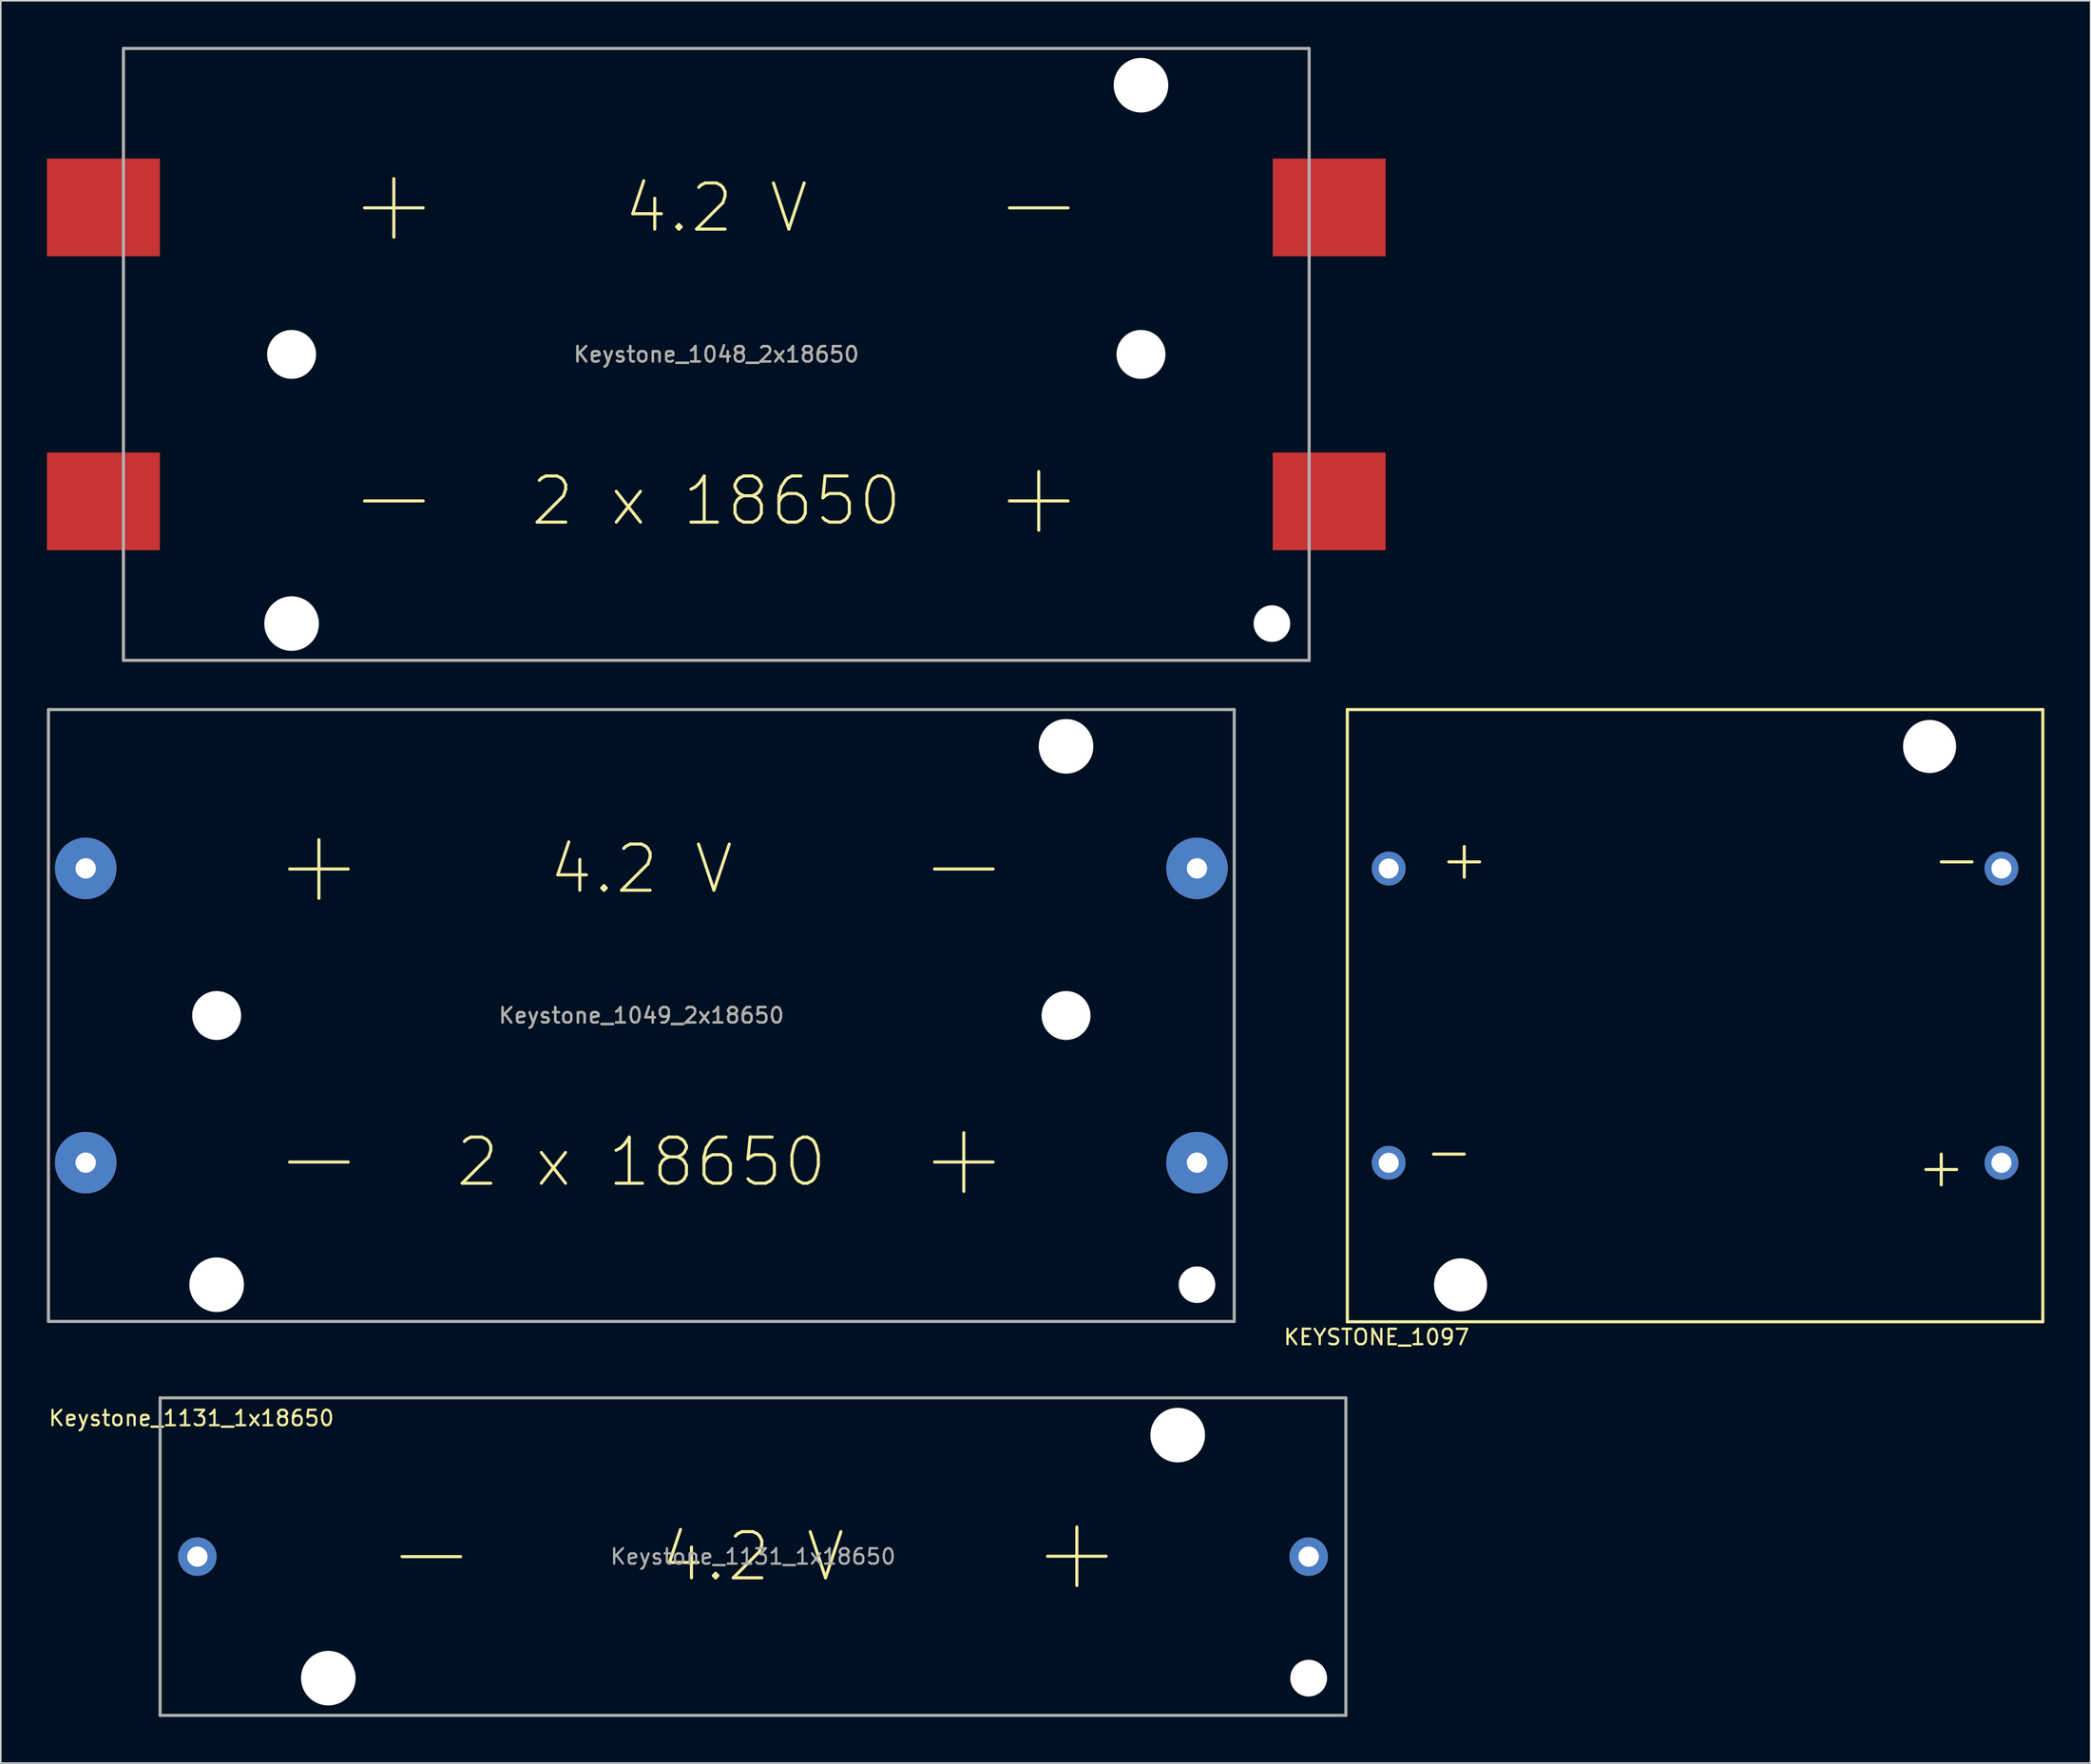
<source format=kicad_pcb>
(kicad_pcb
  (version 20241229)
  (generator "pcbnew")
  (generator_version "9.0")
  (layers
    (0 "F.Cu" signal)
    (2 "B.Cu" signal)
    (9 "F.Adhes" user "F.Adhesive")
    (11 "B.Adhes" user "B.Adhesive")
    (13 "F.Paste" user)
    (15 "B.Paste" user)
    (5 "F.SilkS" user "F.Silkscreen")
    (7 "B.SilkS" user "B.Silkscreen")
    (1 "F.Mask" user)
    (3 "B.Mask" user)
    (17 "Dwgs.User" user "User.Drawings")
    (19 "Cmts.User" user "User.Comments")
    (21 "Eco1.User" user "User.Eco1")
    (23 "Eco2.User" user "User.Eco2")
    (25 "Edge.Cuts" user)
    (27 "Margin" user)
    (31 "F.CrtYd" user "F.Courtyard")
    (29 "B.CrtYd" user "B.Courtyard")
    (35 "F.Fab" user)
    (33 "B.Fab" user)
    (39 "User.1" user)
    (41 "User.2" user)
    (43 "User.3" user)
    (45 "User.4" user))
  (footprint "Keystone_1049_2x18650"
    (layer "F.Cu")
    (at 38.63 62.97)
    (property "Reference" "Keystone_1049_2x18650" (at 0 0 0) (layer "F.SilkS") (effects (font (size 1 1) (thickness 0.15))))
    (attr smd)
    (fp_line (start -38.53 19.89) (end -38.53 -19.89) (stroke (width 0.15) (type solid)) (layer "F.SilkS"))
    (fp_line (start -22.86 -9.525) (end -19.05 -9.525) (stroke (width 0.2) (type solid)) (layer "F.SilkS"))
    (fp_line (start -22.86 9.525) (end -19.05 9.525) (stroke (width 0.2) (type solid)) (layer "F.SilkS"))
    (fp_line (start -20.955 -11.43) (end -20.955 -7.62) (stroke (width 0.2) (type solid)) (layer "F.SilkS"))
    (fp_line (start 19.05 -9.525) (end 22.86 -9.525) (stroke (width 0.2) (type solid)) (layer "F.SilkS"))
    (fp_line (start 19.05 9.525) (end 22.86 9.525) (stroke (width 0.2) (type solid)) (layer "F.SilkS"))
    (fp_line (start 20.955 11.43) (end 20.955 7.62) (stroke (width 0.2) (type solid)) (layer "F.SilkS"))
    (fp_line (start 38.53 -19.89) (end -38.53 -19.89) (stroke (width 0.15) (type solid)) (layer "F.SilkS"))
    (fp_line (start 38.53 19.89) (end -38.53 19.89) (stroke (width 0.15) (type solid)) (layer "F.SilkS"))
    (fp_line (start 38.53 19.89) (end 38.53 -19.89) (stroke (width 0.15) (type solid)) (layer "F.SilkS"))
    (fp_line (start -38.53 -19.89) (end 38.53 -19.89) (stroke (width 0.2) (type solid)) (layer "F.Fab"))
    (fp_line (start -38.53 19.89) (end -38.53 -19.89) (stroke (width 0.2) (type solid)) (layer "F.Fab"))
    (fp_line (start -38.53 19.89) (end 38.53 19.89) (stroke (width 0.2) (type solid)) (layer "F.Fab"))
    (fp_line (start 38.53 -19.89) (end 38.53 19.89) (stroke (width 0.2) (type solid)) (layer "F.Fab"))
    (fp_text user "4.2 V" (at 0 -9.525 0) (layer "F.SilkS") (effects (font (size 3 3) (thickness 0.2))))
    (fp_text user "2 x 18650" (at 0 9.525 0) (layer "F.SilkS") (effects (font (size 3 3) (thickness 0.2))))
    (fp_text user "${REFERENCE}" (at 0 0 0) (layer "F.Fab") (effects (font (size 1 1) (thickness 0.15))))
    (pad "" np_thru_hole circle (at -27.6 0) (size 3.18 3.18) (drill 3.18) (layers "*.Cu" "*.Mask"))
    (pad "" np_thru_hole circle (at -27.6 17.5) (size 3.55 3.55) (drill 3.55) (layers "*.Cu" "*.Mask"))
    (pad "" np_thru_hole circle (at 27.6 -17.5) (size 3.55 3.55) (drill 3.55) (layers "*.Cu" "*.Mask"))
    (pad "" np_thru_hole circle (at 27.6 0) (size 3.18 3.18) (drill 3.18) (layers "*.Cu" "*.Mask"))
    (pad "" np_thru_hole circle (at 36.11 17.5) (size 2.38 2.38) (drill 2.38) (layers "*.Cu" "*.Mask"))
    (pad "1" thru_hole circle (at -36.11 -9.565) (size 4 4) (drill 1.32) (layers "*.Cu" "*.Mask"))
    (pad "2" thru_hole circle (at 36.11 -9.565) (size 4 4) (drill 1.32) (layers "*.Cu" "*.Mask"))
    (pad "3" thru_hole circle (at 36.11 9.565) (size 4 4) (drill 1.32) (layers "*.Cu" "*.Mask"))
    (pad "4" thru_hole circle (at -36.11 9.565) (size 4 4) (drill 1.32) (layers "*.Cu" "*.Mask")))
  (footprint "Keystone_1048_2x18650"
    (layer "F.Cu")
    (at 43.5 19.99)
    (property "Reference" "Keystone_1048_2x18650" (at 0 0 0) (layer "F.SilkS") (effects (font (size 1 1) (thickness 0.15))))
    (attr smd)
    (fp_line (start -38.53 19.89) (end -38.53 -19.89) (stroke (width 0.15) (type solid)) (layer "F.SilkS"))
    (fp_line (start -22.86 -9.525) (end -19.05 -9.525) (stroke (width 0.2) (type solid)) (layer "F.SilkS"))
    (fp_line (start -22.86 9.525) (end -19.05 9.525) (stroke (width 0.2) (type solid)) (layer "F.SilkS"))
    (fp_line (start -20.955 -11.43) (end -20.955 -7.62) (stroke (width 0.2) (type solid)) (layer "F.SilkS"))
    (fp_line (start 19.05 -9.525) (end 22.86 -9.525) (stroke (width 0.2) (type solid)) (layer "F.SilkS"))
    (fp_line (start 19.05 9.525) (end 22.86 9.525) (stroke (width 0.2) (type solid)) (layer "F.SilkS"))
    (fp_line (start 20.955 11.43) (end 20.955 7.62) (stroke (width 0.2) (type solid)) (layer "F.SilkS"))
    (fp_line (start 38.53 -19.89) (end -38.53 -19.89) (stroke (width 0.15) (type solid)) (layer "F.SilkS"))
    (fp_line (start 38.53 19.89) (end -38.53 19.89) (stroke (width 0.15) (type solid)) (layer "F.SilkS"))
    (fp_line (start 38.53 19.89) (end 38.53 -19.89) (stroke (width 0.15) (type solid)) (layer "F.SilkS"))
    (fp_line (start -38.53 -19.89) (end 38.53 -19.89) (stroke (width 0.2) (type solid)) (layer "F.Fab"))
    (fp_line (start -38.53 19.89) (end -38.53 -19.89) (stroke (width 0.2) (type solid)) (layer "F.Fab"))
    (fp_line (start -38.53 19.89) (end 38.53 19.89) (stroke (width 0.2) (type solid)) (layer "F.Fab"))
    (fp_line (start 38.53 -19.89) (end 38.53 19.89) (stroke (width 0.2) (type solid)) (layer "F.Fab"))
    (fp_text user "2 x 18650" (at 0 9.525 0) (layer "F.SilkS") (effects (font (size 3 3) (thickness 0.2))))
    (fp_text user "4.2 V" (at 0 -9.525 0) (layer "F.SilkS") (effects (font (size 3 3) (thickness 0.2))))
    (fp_text user "${REFERENCE}" (at 0 0 0) (layer "F.Fab") (effects (font (size 1 1) (thickness 0.15))))
    (pad "" np_thru_hole circle (at -27.6 0) (size 3.18 3.18) (drill 3.18) (layers "*.Cu" "*.Mask"))
    (pad "" np_thru_hole circle (at -27.6 17.5) (size 3.55 3.55) (drill 3.55) (layers "*.Cu" "*.Mask"))
    (pad "" np_thru_hole circle (at 27.6 -17.5) (size 3.55 3.55) (drill 3.55) (layers "*.Cu" "*.Mask"))
    (pad "" np_thru_hole circle (at 27.6 0) (size 3.18 3.18) (drill 3.18) (layers "*.Cu" "*.Mask"))
    (pad "" np_thru_hole circle (at 36.11 17.5) (size 2.38 2.38) (drill 2.38) (layers "*.Cu" "*.Mask"))
    (pad "1" smd rect (at -39.83 -9.555) (size 7.34 6.35) (layers "F.Cu" "F.Mask" "F.Paste"))
    (pad "2" smd rect (at 39.83 -9.555) (size 7.34 6.35) (layers "F.Cu" "F.Mask" "F.Paste"))
    (pad "3" smd rect (at 39.83 9.555) (size 7.34 6.35) (layers "F.Cu" "F.Mask" "F.Paste"))
    (pad "4" smd rect (at -39.83 9.555) (size 7.34 6.35) (layers "F.Cu" "F.Mask" "F.Paste")))
  (footprint "Keystone_1131_1x18650"
    (layer "F.Cu")
    (at 45.887 98.148)
    (property "Reference" "Keystone_1131_1x18650" (at -36.5 -9 0) (layer "F.SilkS") (effects (font (size 1 1) (thickness 0.15))))
    (attr smd)
    (fp_line (start -38.53 10.32) (end -38.53 -10.32) (stroke (width 0.15) (type solid)) (layer "F.SilkS"))
    (fp_line (start -22.81 0) (end -19 0) (stroke (width 0.2) (type solid)) (layer "F.SilkS"))
    (fp_line (start 19.14 -0.025) (end 22.95 -0.025) (stroke (width 0.2) (type solid)) (layer "F.SilkS"))
    (fp_line (start 21.045 -1.93) (end 21.045 1.88) (stroke (width 0.2) (type solid)) (layer "F.SilkS"))
    (fp_line (start 38.53 -10.32) (end -38.53 -10.32) (stroke (width 0.15) (type solid)) (layer "F.SilkS"))
    (fp_line (start 38.53 10.32) (end -38.53 10.32) (stroke (width 0.15) (type solid)) (layer "F.SilkS"))
    (fp_line (start 38.53 10.32) (end 38.53 -10.32) (stroke (width 0.15) (type solid)) (layer "F.SilkS"))
    (fp_line (start -38.53 -10.32) (end 38.53 -10.32) (stroke (width 0.2) (type solid)) (layer "F.Fab"))
    (fp_line (start -38.53 10.32) (end -38.53 -10.32) (stroke (width 0.2) (type solid)) (layer "F.Fab"))
    (fp_line (start -38.53 10.32) (end 38.53 10.32) (stroke (width 0.2) (type solid)) (layer "F.Fab"))
    (fp_line (start 38.53 -10.32) (end 38.53 10.32) (stroke (width 0.2) (type solid)) (layer "F.Fab"))
    (fp_text user "4.2 V" (at 0 0 0) (layer "F.SilkS") (effects (font (size 3 3) (thickness 0.2))))
    (fp_text user "${REFERENCE}" (at 0 0 0) (layer "F.Fab") (effects (font (size 1 1) (thickness 0.15))))
    (pad "" np_thru_hole circle (at -27.6 7.9) (size 3.55 3.55) (drill 3.55) (layers "*.Cu" "*.Mask"))
    (pad "" np_thru_hole circle (at 27.6 -7.9) (size 3.55 3.55) (drill 3.55) (layers "*.Cu" "*.Mask"))
    (pad "" np_thru_hole circle (at 36.11 7.9) (size 2.39 2.39) (drill 2.39) (layers "*.Cu" "*.Mask"))
    (pad "1" thru_hole circle (at 36.11 0) (size 2.5 2.5) (drill 1.32) (layers "*.Cu" "*.Mask"))
    (pad "2" thru_hole circle (at -36.11 0) (size 2.5 2.5) (drill 1.32) (layers "*.Cu" "*.Mask")))
  (footprint "KEYSTONE_1097"
    (layer "F.Cu")
    (at 107.109 62.98)
    (property "Reference" "KEYSTONE_1097" (at -20.7 20.9 0) (layer "F.SilkS") (effects (font (size 1 1) (thickness 0.15))))
    (attr through_hole)
    (fp_line (start -22.6 -19.9) (end 22.6 -19.9) (stroke (width 0.2) (type solid)) (layer "F.SilkS"))
    (fp_line (start -22.6 19.9) (end -22.6 -19.9) (stroke (width 0.2) (type solid)) (layer "F.SilkS"))
    (fp_line (start -17 9) (end -15 9) (stroke (width 0.2) (type solid)) (layer "F.SilkS"))
    (fp_line (start -16 -10) (end -14 -10) (stroke (width 0.2) (type solid)) (layer "F.SilkS"))
    (fp_line (start -15 -11) (end -15 -9) (stroke (width 0.2) (type solid)) (layer "F.SilkS"))
    (fp_line (start 16 -10) (end 18 -10) (stroke (width 0.2) (type solid)) (layer "F.SilkS"))
    (fp_line (start 16 9) (end 16 11) (stroke (width 0.2) (type solid)) (layer "F.SilkS"))
    (fp_line (start 17 10) (end 15 10) (stroke (width 0.2) (type solid)) (layer "F.SilkS"))
    (fp_line (start 22.6 -19.9) (end 22.6 19.9) (stroke (width 0.2) (type solid)) (layer "F.SilkS"))
    (fp_line (start 22.6 19.9) (end -22.6 19.9) (stroke (width 0.2) (type solid)) (layer "F.SilkS"))
    (pad "" np_thru_hole circle (at -15.24 17.5) (size 3.45 3.45) (drill 3.45) (layers "*.Cu" "*.Mask"))
    (pad "" np_thru_hole circle (at 15.24 -17.5) (size 3.45 3.45) (drill 3.45) (layers "*.Cu" "*.Mask"))
    (pad "1" thru_hole circle (at -19.91 -9.565) (size 2.2 2.2) (drill 1.3) (layers "*.Cu" "*.Mask"))
    (pad "2" thru_hole circle (at 19.91 -9.565) (size 2.2 2.2) (drill 1.3) (layers "*.Cu" "*.Mask"))
    (pad "3" thru_hole circle (at 19.91 9.565) (size 2.2 2.2) (drill 1.3) (layers "*.Cu" "*.Mask"))
    (pad "4" thru_hole circle (at -19.91 9.565) (size 2.2 2.2) (drill 1.3) (layers "*.Cu" "*.Mask")))
  (gr_rect
    (start -3 -3)
    (end 132.809 111.568)
    (stroke (width 0.1) (type default))
    (fill no)
    (layer "Edge.Cuts")))
</source>
